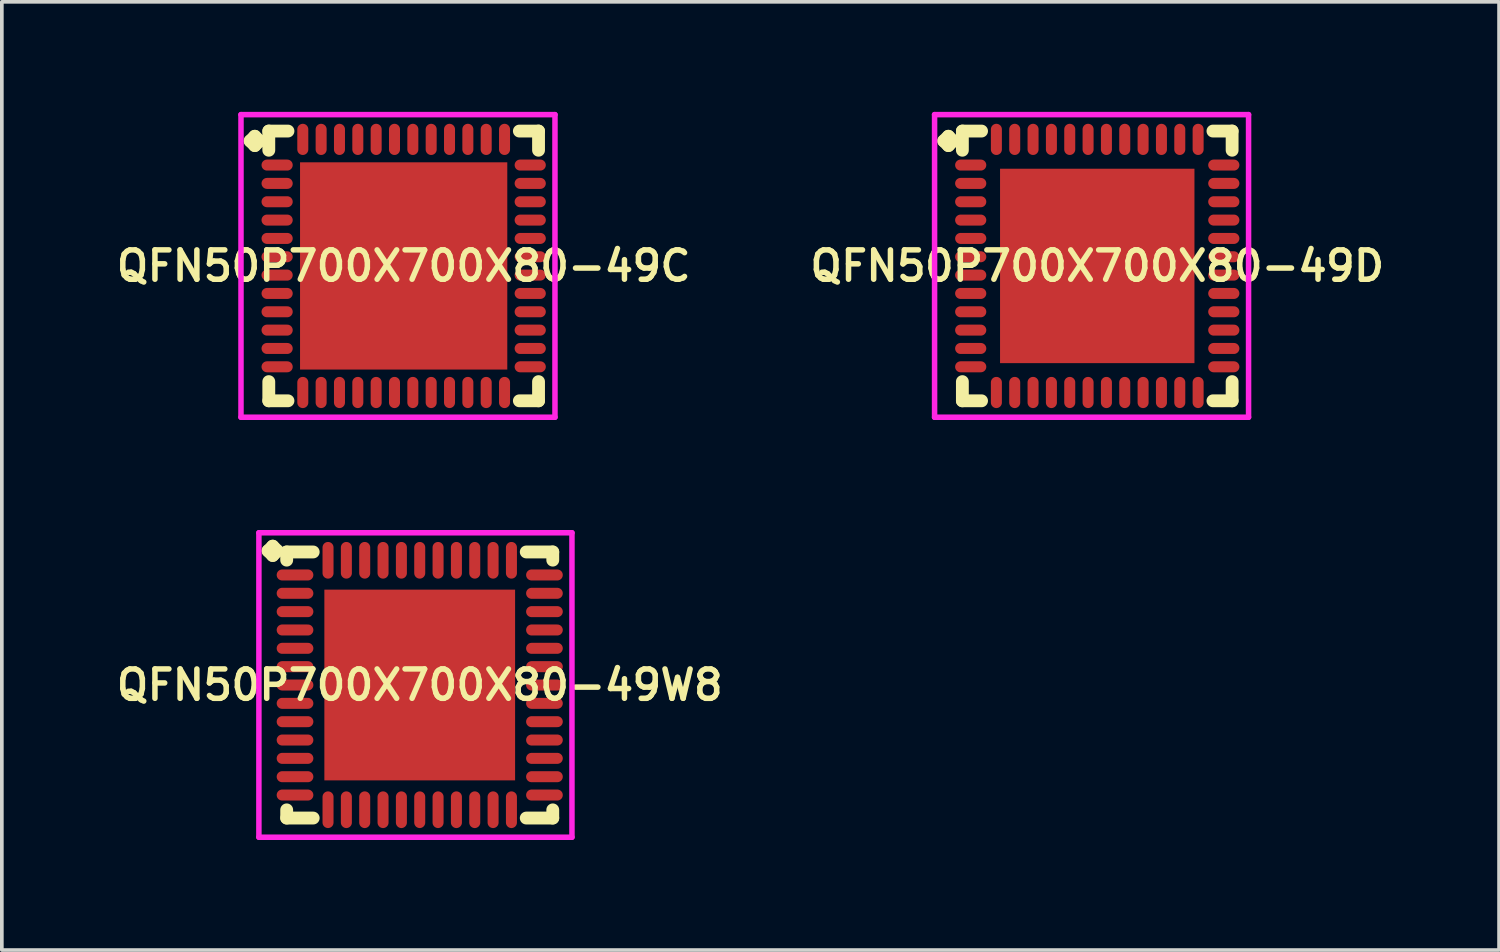
<source format=kicad_pcb>
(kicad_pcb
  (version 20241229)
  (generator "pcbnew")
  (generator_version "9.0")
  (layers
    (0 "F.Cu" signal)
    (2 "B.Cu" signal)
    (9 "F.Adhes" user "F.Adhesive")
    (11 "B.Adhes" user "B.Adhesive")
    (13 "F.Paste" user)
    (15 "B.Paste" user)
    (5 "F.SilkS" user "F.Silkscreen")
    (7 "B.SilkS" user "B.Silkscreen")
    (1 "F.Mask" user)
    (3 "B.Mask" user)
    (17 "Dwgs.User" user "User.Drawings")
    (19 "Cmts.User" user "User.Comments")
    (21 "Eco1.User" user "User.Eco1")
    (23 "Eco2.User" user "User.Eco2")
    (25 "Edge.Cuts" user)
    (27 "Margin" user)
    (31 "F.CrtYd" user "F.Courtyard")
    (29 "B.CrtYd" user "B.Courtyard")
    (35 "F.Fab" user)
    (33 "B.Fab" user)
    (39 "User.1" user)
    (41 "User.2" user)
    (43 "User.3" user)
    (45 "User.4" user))
  (footprint "QFN50P700X700X80-49W8"
    (layer "F.Cu")
    (at 8.393 15.625)
    (property "Reference" "QFN50P700X700X80-49W8" (at 0 0 0) (layer "F.SilkS") (effects (font (size 0.8 0.8) (thickness 0.15))))
    (attr through_hole)
    (fp_line (start -4.135 -3.658) (end -4.008 -3.785) (stroke (width 0.35) (type solid)) (layer "F.SilkS"))
    (fp_line (start -4.008 -3.785) (end -3.881 -3.658) (stroke (width 0.35) (type solid)) (layer "F.SilkS"))
    (fp_line (start -4.008 -3.531) (end -4.135 -3.658) (stroke (width 0.35) (type solid)) (layer "F.SilkS"))
    (fp_line (start -3.881 -3.658) (end -4.008 -3.531) (stroke (width 0.35) (type solid)) (layer "F.SilkS"))
    (fp_line (start -3.627 -3.627) (end -2.904 -3.627) (stroke (width 0.35) (type solid)) (layer "F.SilkS"))
    (fp_line (start -3.627 -3.404) (end -3.627 -3.627) (stroke (width 0.35) (type solid)) (layer "F.SilkS"))
    (fp_line (start -3.627 3.404) (end -3.627 3.627) (stroke (width 0.35) (type solid)) (layer "F.SilkS"))
    (fp_line (start -3.627 3.627) (end -2.904 3.627) (stroke (width 0.35) (type solid)) (layer "F.SilkS"))
    (fp_line (start 2.904 -3.627) (end 3.627 -3.627) (stroke (width 0.35) (type solid)) (layer "F.SilkS"))
    (fp_line (start 2.904 3.627) (end 3.627 3.627) (stroke (width 0.35) (type solid)) (layer "F.SilkS"))
    (fp_line (start 3.627 -3.627) (end 3.627 -3.404) (stroke (width 0.35) (type solid)) (layer "F.SilkS"))
    (fp_line (start 3.627 3.627) (end 3.627 3.404) (stroke (width 0.35) (type solid)) (layer "F.SilkS"))
    (fp_line (start -4.385 -4.15) (end 4.15 -4.15) (stroke (width 0.15) (type solid)) (layer "F.CrtYd"))
    (fp_line (start -4.385 4.15) (end -4.385 -4.15) (stroke (width 0.15) (type solid)) (layer "F.CrtYd"))
    (fp_line (start 4.15 -4.15) (end 4.15 4.15) (stroke (width 0.15) (type solid)) (layer "F.CrtYd"))
    (fp_line (start 4.15 4.15) (end -4.385 4.15) (stroke (width 0.15) (type solid)) (layer "F.CrtYd"))
    (pad "1" smd oval (at -3.4 -3) (size 1 0.3) (layers "F.Cu" "F.Mask" "F.Paste"))
    (pad "2" smd oval (at -3.4 -2.5) (size 1 0.3) (layers "F.Cu" "F.Mask" "F.Paste"))
    (pad "3" smd oval (at -3.4 -2) (size 1 0.3) (layers "F.Cu" "F.Mask" "F.Paste"))
    (pad "4" smd oval (at -3.4 -1.5) (size 1 0.3) (layers "F.Cu" "F.Mask" "F.Paste"))
    (pad "5" smd oval (at -3.4 -1) (size 1 0.3) (layers "F.Cu" "F.Mask" "F.Paste"))
    (pad "6" smd oval (at -3.4 -0.5) (size 1 0.3) (layers "F.Cu" "F.Mask" "F.Paste"))
    (pad "7" smd oval (at -3.4 0) (size 1 0.3) (layers "F.Cu" "F.Mask" "F.Paste"))
    (pad "8" smd oval (at -3.4 0.5) (size 1 0.3) (layers "F.Cu" "F.Mask" "F.Paste"))
    (pad "9" smd oval (at -3.4 1) (size 1 0.3) (layers "F.Cu" "F.Mask" "F.Paste"))
    (pad "10" smd oval (at -3.4 1.5) (size 1 0.3) (layers "F.Cu" "F.Mask" "F.Paste"))
    (pad "11" smd oval (at -3.4 2) (size 1 0.3) (layers "F.Cu" "F.Mask" "F.Paste"))
    (pad "12" smd oval (at -3.4 2.5) (size 1 0.3) (layers "F.Cu" "F.Mask" "F.Paste"))
    (pad "13" smd oval (at -3.4 3) (size 1 0.3) (layers "F.Cu" "F.Mask" "F.Paste"))
    (pad "14" smd oval (at -2.5 3.4) (size 0.3 1) (layers "F.Cu" "F.Mask" "F.Paste"))
    (pad "15" smd oval (at -2 3.4) (size 0.3 1) (layers "F.Cu" "F.Mask" "F.Paste"))
    (pad "16" smd oval (at -1.5 3.4) (size 0.3 1) (layers "F.Cu" "F.Mask" "F.Paste"))
    (pad "17" smd oval (at -1 3.4) (size 0.3 1) (layers "F.Cu" "F.Mask" "F.Paste"))
    (pad "18" smd oval (at -0.5 3.4) (size 0.3 1) (layers "F.Cu" "F.Mask" "F.Paste"))
    (pad "19" smd oval (at 0 3.4) (size 0.3 1) (layers "F.Cu" "F.Mask" "F.Paste"))
    (pad "20" smd oval (at 0.5 3.4) (size 0.3 1) (layers "F.Cu" "F.Mask" "F.Paste"))
    (pad "21" smd oval (at 1 3.4) (size 0.3 1) (layers "F.Cu" "F.Mask" "F.Paste"))
    (pad "22" smd oval (at 1.5 3.4) (size 0.3 1) (layers "F.Cu" "F.Mask" "F.Paste"))
    (pad "23" smd oval (at 2 3.4) (size 0.3 1) (layers "F.Cu" "F.Mask" "F.Paste"))
    (pad "24" smd oval (at 2.5 3.4) (size 0.3 1) (layers "F.Cu" "F.Mask" "F.Paste"))
    (pad "25" smd oval (at 3.4 3) (size 1 0.3) (layers "F.Cu" "F.Mask" "F.Paste"))
    (pad "26" smd oval (at 3.4 2.5) (size 1 0.3) (layers "F.Cu" "F.Mask" "F.Paste"))
    (pad "27" smd oval (at 3.4 2) (size 1 0.3) (layers "F.Cu" "F.Mask" "F.Paste"))
    (pad "28" smd oval (at 3.4 1.5) (size 1 0.3) (layers "F.Cu" "F.Mask" "F.Paste"))
    (pad "29" smd oval (at 3.4 1) (size 1 0.3) (layers "F.Cu" "F.Mask" "F.Paste"))
    (pad "30" smd oval (at 3.4 0.5) (size 1 0.3) (layers "F.Cu" "F.Mask" "F.Paste"))
    (pad "31" smd oval (at 3.4 0) (size 1 0.3) (layers "F.Cu" "F.Mask" "F.Paste"))
    (pad "32" smd oval (at 3.4 -0.5) (size 1 0.3) (layers "F.Cu" "F.Mask" "F.Paste"))
    (pad "33" smd oval (at 3.4 -1) (size 1 0.3) (layers "F.Cu" "F.Mask" "F.Paste"))
    (pad "34" smd oval (at 3.4 -1.5) (size 1 0.3) (layers "F.Cu" "F.Mask" "F.Paste"))
    (pad "35" smd oval (at 3.4 -2) (size 1 0.3) (layers "F.Cu" "F.Mask" "F.Paste"))
    (pad "36" smd oval (at 3.4 -2.5) (size 1 0.3) (layers "F.Cu" "F.Mask" "F.Paste"))
    (pad "37" smd oval (at 3.4 -3) (size 1 0.3) (layers "F.Cu" "F.Mask" "F.Paste"))
    (pad "38" smd oval (at 2.5 -3.4) (size 0.3 1) (layers "F.Cu" "F.Mask" "F.Paste"))
    (pad "39" smd oval (at 2 -3.4) (size 0.3 1) (layers "F.Cu" "F.Mask" "F.Paste"))
    (pad "40" smd oval (at 1.5 -3.4) (size 0.3 1) (layers "F.Cu" "F.Mask" "F.Paste"))
    (pad "41" smd oval (at 1 -3.4) (size 0.3 1) (layers "F.Cu" "F.Mask" "F.Paste"))
    (pad "42" smd oval (at 0.5 -3.4) (size 0.3 1) (layers "F.Cu" "F.Mask" "F.Paste"))
    (pad "43" smd oval (at 0 -3.4) (size 0.3 1) (layers "F.Cu" "F.Mask" "F.Paste"))
    (pad "44" smd oval (at -0.5 -3.4) (size 0.3 1) (layers "F.Cu" "F.Mask" "F.Paste"))
    (pad "45" smd oval (at -1 -3.4) (size 0.3 1) (layers "F.Cu" "F.Mask" "F.Paste"))
    (pad "46" smd oval (at -1.5 -3.4) (size 0.3 1) (layers "F.Cu" "F.Mask" "F.Paste"))
    (pad "47" smd oval (at -2 -3.4) (size 0.3 1) (layers "F.Cu" "F.Mask" "F.Paste"))
    (pad "48" smd oval (at -2.5 -3.4) (size 0.3 1) (layers "F.Cu" "F.Mask" "F.Paste"))
    (pad "49" smd rect (at 0 0) (size 5.2 5.2) (layers "F.Cu" "F.Mask" "F.Paste")))
  (footprint "QFN50P700X700X80-49C"
    (layer "F.Cu")
    (at 7.955 4.2)
    (property "Reference" "QFN50P700X700X80-49C" (at 0 0 0) (layer "F.SilkS") (effects (font (size 0.8 0.8) (thickness 0.15))))
    (attr through_hole)
    (fp_line (start -4.185 -3.408) (end -4.058 -3.535) (stroke (width 0.35) (type solid)) (layer "F.SilkS"))
    (fp_line (start -4.058 -3.535) (end -3.931 -3.408) (stroke (width 0.35) (type solid)) (layer "F.SilkS"))
    (fp_line (start -4.058 -3.281) (end -4.185 -3.408) (stroke (width 0.35) (type solid)) (layer "F.SilkS"))
    (fp_line (start -3.931 -3.408) (end -4.058 -3.281) (stroke (width 0.35) (type solid)) (layer "F.SilkS"))
    (fp_line (start -3.677 -3.677) (end -3.154 -3.677) (stroke (width 0.35) (type solid)) (layer "F.SilkS"))
    (fp_line (start -3.677 -3.154) (end -3.677 -3.677) (stroke (width 0.35) (type solid)) (layer "F.SilkS"))
    (fp_line (start -3.677 3.154) (end -3.677 3.677) (stroke (width 0.35) (type solid)) (layer "F.SilkS"))
    (fp_line (start -3.677 3.677) (end -3.154 3.677) (stroke (width 0.35) (type solid)) (layer "F.SilkS"))
    (fp_line (start 3.154 -3.677) (end 3.677 -3.677) (stroke (width 0.35) (type solid)) (layer "F.SilkS"))
    (fp_line (start 3.154 3.677) (end 3.677 3.677) (stroke (width 0.35) (type solid)) (layer "F.SilkS"))
    (fp_line (start 3.677 -3.677) (end 3.677 -3.154) (stroke (width 0.35) (type solid)) (layer "F.SilkS"))
    (fp_line (start 3.677 3.677) (end 3.677 3.154) (stroke (width 0.35) (type solid)) (layer "F.SilkS"))
    (fp_line (start -4.435 -4.125) (end 4.125 -4.125) (stroke (width 0.15) (type solid)) (layer "F.CrtYd"))
    (fp_line (start -4.435 4.125) (end -4.435 -4.125) (stroke (width 0.15) (type solid)) (layer "F.CrtYd"))
    (fp_line (start 4.125 -4.125) (end 4.125 4.125) (stroke (width 0.15) (type solid)) (layer "F.CrtYd"))
    (fp_line (start 4.125 4.125) (end -4.435 4.125) (stroke (width 0.15) (type solid)) (layer "F.CrtYd"))
    (pad "1" smd oval (at -3.45 -2.75) (size 0.85 0.3) (layers "F.Cu" "F.Mask" "F.Paste"))
    (pad "2" smd oval (at -3.45 -2.25) (size 0.85 0.3) (layers "F.Cu" "F.Mask" "F.Paste"))
    (pad "3" smd oval (at -3.45 -1.75) (size 0.85 0.3) (layers "F.Cu" "F.Mask" "F.Paste"))
    (pad "4" smd oval (at -3.45 -1.25) (size 0.85 0.3) (layers "F.Cu" "F.Mask" "F.Paste"))
    (pad "5" smd oval (at -3.45 -0.75) (size 0.85 0.3) (layers "F.Cu" "F.Mask" "F.Paste"))
    (pad "6" smd oval (at -3.45 -0.25) (size 0.85 0.3) (layers "F.Cu" "F.Mask" "F.Paste"))
    (pad "7" smd oval (at -3.45 0.25) (size 0.85 0.3) (layers "F.Cu" "F.Mask" "F.Paste"))
    (pad "8" smd oval (at -3.45 0.75) (size 0.85 0.3) (layers "F.Cu" "F.Mask" "F.Paste"))
    (pad "9" smd oval (at -3.45 1.25) (size 0.85 0.3) (layers "F.Cu" "F.Mask" "F.Paste"))
    (pad "10" smd oval (at -3.45 1.75) (size 0.85 0.3) (layers "F.Cu" "F.Mask" "F.Paste"))
    (pad "11" smd oval (at -3.45 2.25) (size 0.85 0.3) (layers "F.Cu" "F.Mask" "F.Paste"))
    (pad "12" smd oval (at -3.45 2.75) (size 0.85 0.3) (layers "F.Cu" "F.Mask" "F.Paste"))
    (pad "13" smd oval (at -2.75 3.45) (size 0.3 0.85) (layers "F.Cu" "F.Mask" "F.Paste"))
    (pad "14" smd oval (at -2.25 3.45) (size 0.3 0.85) (layers "F.Cu" "F.Mask" "F.Paste"))
    (pad "15" smd oval (at -1.75 3.45) (size 0.3 0.85) (layers "F.Cu" "F.Mask" "F.Paste"))
    (pad "16" smd oval (at -1.25 3.45) (size 0.3 0.85) (layers "F.Cu" "F.Mask" "F.Paste"))
    (pad "17" smd oval (at -0.75 3.45) (size 0.3 0.85) (layers "F.Cu" "F.Mask" "F.Paste"))
    (pad "18" smd oval (at -0.25 3.45) (size 0.3 0.85) (layers "F.Cu" "F.Mask" "F.Paste"))
    (pad "19" smd oval (at 0.25 3.45) (size 0.3 0.85) (layers "F.Cu" "F.Mask" "F.Paste"))
    (pad "20" smd oval (at 0.75 3.45) (size 0.3 0.85) (layers "F.Cu" "F.Mask" "F.Paste"))
    (pad "21" smd oval (at 1.25 3.45) (size 0.3 0.85) (layers "F.Cu" "F.Mask" "F.Paste"))
    (pad "22" smd oval (at 1.75 3.45) (size 0.3 0.85) (layers "F.Cu" "F.Mask" "F.Paste"))
    (pad "23" smd oval (at 2.25 3.45) (size 0.3 0.85) (layers "F.Cu" "F.Mask" "F.Paste"))
    (pad "24" smd oval (at 2.75 3.45) (size 0.3 0.85) (layers "F.Cu" "F.Mask" "F.Paste"))
    (pad "25" smd oval (at 3.45 2.75) (size 0.85 0.3) (layers "F.Cu" "F.Mask" "F.Paste"))
    (pad "26" smd oval (at 3.45 2.25) (size 0.85 0.3) (layers "F.Cu" "F.Mask" "F.Paste"))
    (pad "27" smd oval (at 3.45 1.75) (size 0.85 0.3) (layers "F.Cu" "F.Mask" "F.Paste"))
    (pad "28" smd oval (at 3.45 1.25) (size 0.85 0.3) (layers "F.Cu" "F.Mask" "F.Paste"))
    (pad "29" smd oval (at 3.45 0.75) (size 0.85 0.3) (layers "F.Cu" "F.Mask" "F.Paste"))
    (pad "30" smd oval (at 3.45 0.25) (size 0.85 0.3) (layers "F.Cu" "F.Mask" "F.Paste"))
    (pad "31" smd oval (at 3.45 -0.25) (size 0.85 0.3) (layers "F.Cu" "F.Mask" "F.Paste"))
    (pad "32" smd oval (at 3.45 -0.75) (size 0.85 0.3) (layers "F.Cu" "F.Mask" "F.Paste"))
    (pad "33" smd oval (at 3.45 -1.25) (size 0.85 0.3) (layers "F.Cu" "F.Mask" "F.Paste"))
    (pad "34" smd oval (at 3.45 -1.75) (size 0.85 0.3) (layers "F.Cu" "F.Mask" "F.Paste"))
    (pad "35" smd oval (at 3.45 -2.25) (size 0.85 0.3) (layers "F.Cu" "F.Mask" "F.Paste"))
    (pad "36" smd oval (at 3.45 -2.75) (size 0.85 0.3) (layers "F.Cu" "F.Mask" "F.Paste"))
    (pad "37" smd oval (at 2.75 -3.45) (size 0.3 0.85) (layers "F.Cu" "F.Mask" "F.Paste"))
    (pad "38" smd oval (at 2.25 -3.45) (size 0.3 0.85) (layers "F.Cu" "F.Mask" "F.Paste"))
    (pad "39" smd oval (at 1.75 -3.45) (size 0.3 0.85) (layers "F.Cu" "F.Mask" "F.Paste"))
    (pad "40" smd oval (at 1.25 -3.45) (size 0.3 0.85) (layers "F.Cu" "F.Mask" "F.Paste"))
    (pad "41" smd oval (at 0.75 -3.45) (size 0.3 0.85) (layers "F.Cu" "F.Mask" "F.Paste"))
    (pad "42" smd oval (at 0.25 -3.45) (size 0.3 0.85) (layers "F.Cu" "F.Mask" "F.Paste"))
    (pad "43" smd oval (at -0.25 -3.45) (size 0.3 0.85) (layers "F.Cu" "F.Mask" "F.Paste"))
    (pad "44" smd oval (at -0.75 -3.45) (size 0.3 0.85) (layers "F.Cu" "F.Mask" "F.Paste"))
    (pad "45" smd oval (at -1.25 -3.45) (size 0.3 0.85) (layers "F.Cu" "F.Mask" "F.Paste"))
    (pad "46" smd oval (at -1.75 -3.45) (size 0.3 0.85) (layers "F.Cu" "F.Mask" "F.Paste"))
    (pad "47" smd oval (at -2.25 -3.45) (size 0.3 0.85) (layers "F.Cu" "F.Mask" "F.Paste"))
    (pad "48" smd oval (at -2.75 -3.45) (size 0.3 0.85) (layers "F.Cu" "F.Mask" "F.Paste"))
    (pad "49" smd rect (at 0 0) (size 5.65 5.65) (layers "F.Cu" "F.Mask" "F.Paste")))
  (footprint "QFN50P700X700X80-49D"
    (layer "F.Cu")
    (at 26.864 4.2)
    (property "Reference" "QFN50P700X700X80-49D" (at 0 0 0) (layer "F.SilkS") (effects (font (size 0.8 0.8) (thickness 0.15))))
    (attr smd)
    (fp_line (start -4.185 -3.408) (end -4.058 -3.535) (stroke (width 0.35) (type solid)) (layer "F.SilkS"))
    (fp_line (start -4.058 -3.535) (end -3.931 -3.408) (stroke (width 0.35) (type solid)) (layer "F.SilkS"))
    (fp_line (start -4.058 -3.281) (end -4.185 -3.408) (stroke (width 0.35) (type solid)) (layer "F.SilkS"))
    (fp_line (start -3.931 -3.408) (end -4.058 -3.281) (stroke (width 0.35) (type solid)) (layer "F.SilkS"))
    (fp_line (start -3.677 -3.677) (end -3.154 -3.677) (stroke (width 0.35) (type solid)) (layer "F.SilkS"))
    (fp_line (start -3.677 -3.154) (end -3.677 -3.677) (stroke (width 0.35) (type solid)) (layer "F.SilkS"))
    (fp_line (start -3.677 3.154) (end -3.677 3.677) (stroke (width 0.35) (type solid)) (layer "F.SilkS"))
    (fp_line (start -3.677 3.677) (end -3.154 3.677) (stroke (width 0.35) (type solid)) (layer "F.SilkS"))
    (fp_line (start 3.154 -3.677) (end 3.677 -3.677) (stroke (width 0.35) (type solid)) (layer "F.SilkS"))
    (fp_line (start 3.154 3.677) (end 3.677 3.677) (stroke (width 0.35) (type solid)) (layer "F.SilkS"))
    (fp_line (start 3.677 -3.677) (end 3.677 -3.154) (stroke (width 0.35) (type solid)) (layer "F.SilkS"))
    (fp_line (start 3.677 3.677) (end 3.677 3.154) (stroke (width 0.35) (type solid)) (layer "F.SilkS"))
    (fp_line (start -4.435 -4.125) (end 4.125 -4.125) (stroke (width 0.15) (type solid)) (layer "F.CrtYd"))
    (fp_line (start -4.435 4.125) (end -4.435 -4.125) (stroke (width 0.15) (type solid)) (layer "F.CrtYd"))
    (fp_line (start 4.125 -4.125) (end 4.125 4.125) (stroke (width 0.15) (type solid)) (layer "F.CrtYd"))
    (fp_line (start 4.125 4.125) (end -4.435 4.125) (stroke (width 0.15) (type solid)) (layer "F.CrtYd"))
    (pad "1" smd oval (at -3.45 -2.75) (size 0.85 0.3) (layers "F.Cu" "F.Mask" "F.Paste"))
    (pad "2" smd oval (at -3.45 -2.25) (size 0.85 0.3) (layers "F.Cu" "F.Mask" "F.Paste"))
    (pad "3" smd oval (at -3.45 -1.75) (size 0.85 0.3) (layers "F.Cu" "F.Mask" "F.Paste"))
    (pad "4" smd oval (at -3.45 -1.25) (size 0.85 0.3) (layers "F.Cu" "F.Mask" "F.Paste"))
    (pad "5" smd oval (at -3.45 -0.75) (size 0.85 0.3) (layers "F.Cu" "F.Mask" "F.Paste"))
    (pad "6" smd oval (at -3.45 -0.25) (size 0.85 0.3) (layers "F.Cu" "F.Mask" "F.Paste"))
    (pad "7" smd oval (at -3.45 0.25) (size 0.85 0.3) (layers "F.Cu" "F.Mask" "F.Paste"))
    (pad "8" smd oval (at -3.45 0.75) (size 0.85 0.3) (layers "F.Cu" "F.Mask" "F.Paste"))
    (pad "9" smd oval (at -3.45 1.25) (size 0.85 0.3) (layers "F.Cu" "F.Mask" "F.Paste"))
    (pad "10" smd oval (at -3.45 1.75) (size 0.85 0.3) (layers "F.Cu" "F.Mask" "F.Paste"))
    (pad "11" smd oval (at -3.45 2.25) (size 0.85 0.3) (layers "F.Cu" "F.Mask" "F.Paste"))
    (pad "12" smd oval (at -3.45 2.75) (size 0.85 0.3) (layers "F.Cu" "F.Mask" "F.Paste"))
    (pad "13" smd oval (at -2.75 3.45) (size 0.3 0.85) (layers "F.Cu" "F.Mask" "F.Paste"))
    (pad "14" smd oval (at -2.25 3.45) (size 0.3 0.85) (layers "F.Cu" "F.Mask" "F.Paste"))
    (pad "15" smd oval (at -1.75 3.45) (size 0.3 0.85) (layers "F.Cu" "F.Mask" "F.Paste"))
    (pad "16" smd oval (at -1.25 3.45) (size 0.3 0.85) (layers "F.Cu" "F.Mask" "F.Paste"))
    (pad "17" smd oval (at -0.75 3.45) (size 0.3 0.85) (layers "F.Cu" "F.Mask" "F.Paste"))
    (pad "18" smd oval (at -0.25 3.45) (size 0.3 0.85) (layers "F.Cu" "F.Mask" "F.Paste"))
    (pad "19" smd oval (at 0.25 3.45) (size 0.3 0.85) (layers "F.Cu" "F.Mask" "F.Paste"))
    (pad "20" smd oval (at 0.75 3.45) (size 0.3 0.85) (layers "F.Cu" "F.Mask" "F.Paste"))
    (pad "21" smd oval (at 1.25 3.45) (size 0.3 0.85) (layers "F.Cu" "F.Mask" "F.Paste"))
    (pad "22" smd oval (at 1.75 3.45) (size 0.3 0.85) (layers "F.Cu" "F.Mask" "F.Paste"))
    (pad "23" smd oval (at 2.25 3.45) (size 0.3 0.85) (layers "F.Cu" "F.Mask" "F.Paste"))
    (pad "24" smd oval (at 2.75 3.45) (size 0.3 0.85) (layers "F.Cu" "F.Mask" "F.Paste"))
    (pad "25" smd oval (at 3.45 2.75) (size 0.85 0.3) (layers "F.Cu" "F.Mask" "F.Paste"))
    (pad "26" smd oval (at 3.45 2.25) (size 0.85 0.3) (layers "F.Cu" "F.Mask" "F.Paste"))
    (pad "27" smd oval (at 3.45 1.75) (size 0.85 0.3) (layers "F.Cu" "F.Mask" "F.Paste"))
    (pad "28" smd oval (at 3.45 1.25) (size 0.85 0.3) (layers "F.Cu" "F.Mask" "F.Paste"))
    (pad "29" smd oval (at 3.45 0.75) (size 0.85 0.3) (layers "F.Cu" "F.Mask" "F.Paste"))
    (pad "30" smd oval (at 3.45 0.25) (size 0.85 0.3) (layers "F.Cu" "F.Mask" "F.Paste"))
    (pad "31" smd oval (at 3.45 -0.25) (size 0.85 0.3) (layers "F.Cu" "F.Mask" "F.Paste"))
    (pad "32" smd oval (at 3.45 -0.75) (size 0.85 0.3) (layers "F.Cu" "F.Mask" "F.Paste"))
    (pad "33" smd oval (at 3.45 -1.25) (size 0.85 0.3) (layers "F.Cu" "F.Mask" "F.Paste"))
    (pad "34" smd oval (at 3.45 -1.75) (size 0.85 0.3) (layers "F.Cu" "F.Mask" "F.Paste"))
    (pad "35" smd oval (at 3.45 -2.25) (size 0.85 0.3) (layers "F.Cu" "F.Mask" "F.Paste"))
    (pad "36" smd oval (at 3.45 -2.75) (size 0.85 0.3) (layers "F.Cu" "F.Mask" "F.Paste"))
    (pad "37" smd oval (at 2.75 -3.45) (size 0.3 0.85) (layers "F.Cu" "F.Mask" "F.Paste"))
    (pad "38" smd oval (at 2.25 -3.45) (size 0.3 0.85) (layers "F.Cu" "F.Mask" "F.Paste"))
    (pad "39" smd oval (at 1.75 -3.45) (size 0.3 0.85) (layers "F.Cu" "F.Mask" "F.Paste"))
    (pad "40" smd oval (at 1.25 -3.45) (size 0.3 0.85) (layers "F.Cu" "F.Mask" "F.Paste"))
    (pad "41" smd oval (at 0.75 -3.45) (size 0.3 0.85) (layers "F.Cu" "F.Mask" "F.Paste"))
    (pad "42" smd oval (at 0.25 -3.45) (size 0.3 0.85) (layers "F.Cu" "F.Mask" "F.Paste"))
    (pad "43" smd oval (at -0.25 -3.45) (size 0.3 0.85) (layers "F.Cu" "F.Mask" "F.Paste"))
    (pad "44" smd oval (at -0.75 -3.45) (size 0.3 0.85) (layers "F.Cu" "F.Mask" "F.Paste"))
    (pad "45" smd oval (at -1.25 -3.45) (size 0.3 0.85) (layers "F.Cu" "F.Mask" "F.Paste"))
    (pad "46" smd oval (at -1.75 -3.45) (size 0.3 0.85) (layers "F.Cu" "F.Mask" "F.Paste"))
    (pad "47" smd oval (at -2.25 -3.45) (size 0.3 0.85) (layers "F.Cu" "F.Mask" "F.Paste"))
    (pad "48" smd oval (at -2.75 -3.45) (size 0.3 0.85) (layers "F.Cu" "F.Mask" "F.Paste"))
    (pad "49" smd rect (at 0 0) (size 5.3 5.3) (layers "F.Cu" "F.Mask" "F.Paste")))
  (gr_rect
    (start -3 -3)
    (end 37.818 22.85)
    (stroke (width 0.1) (type default))
    (fill no)
    (layer "Edge.Cuts")))
</source>
